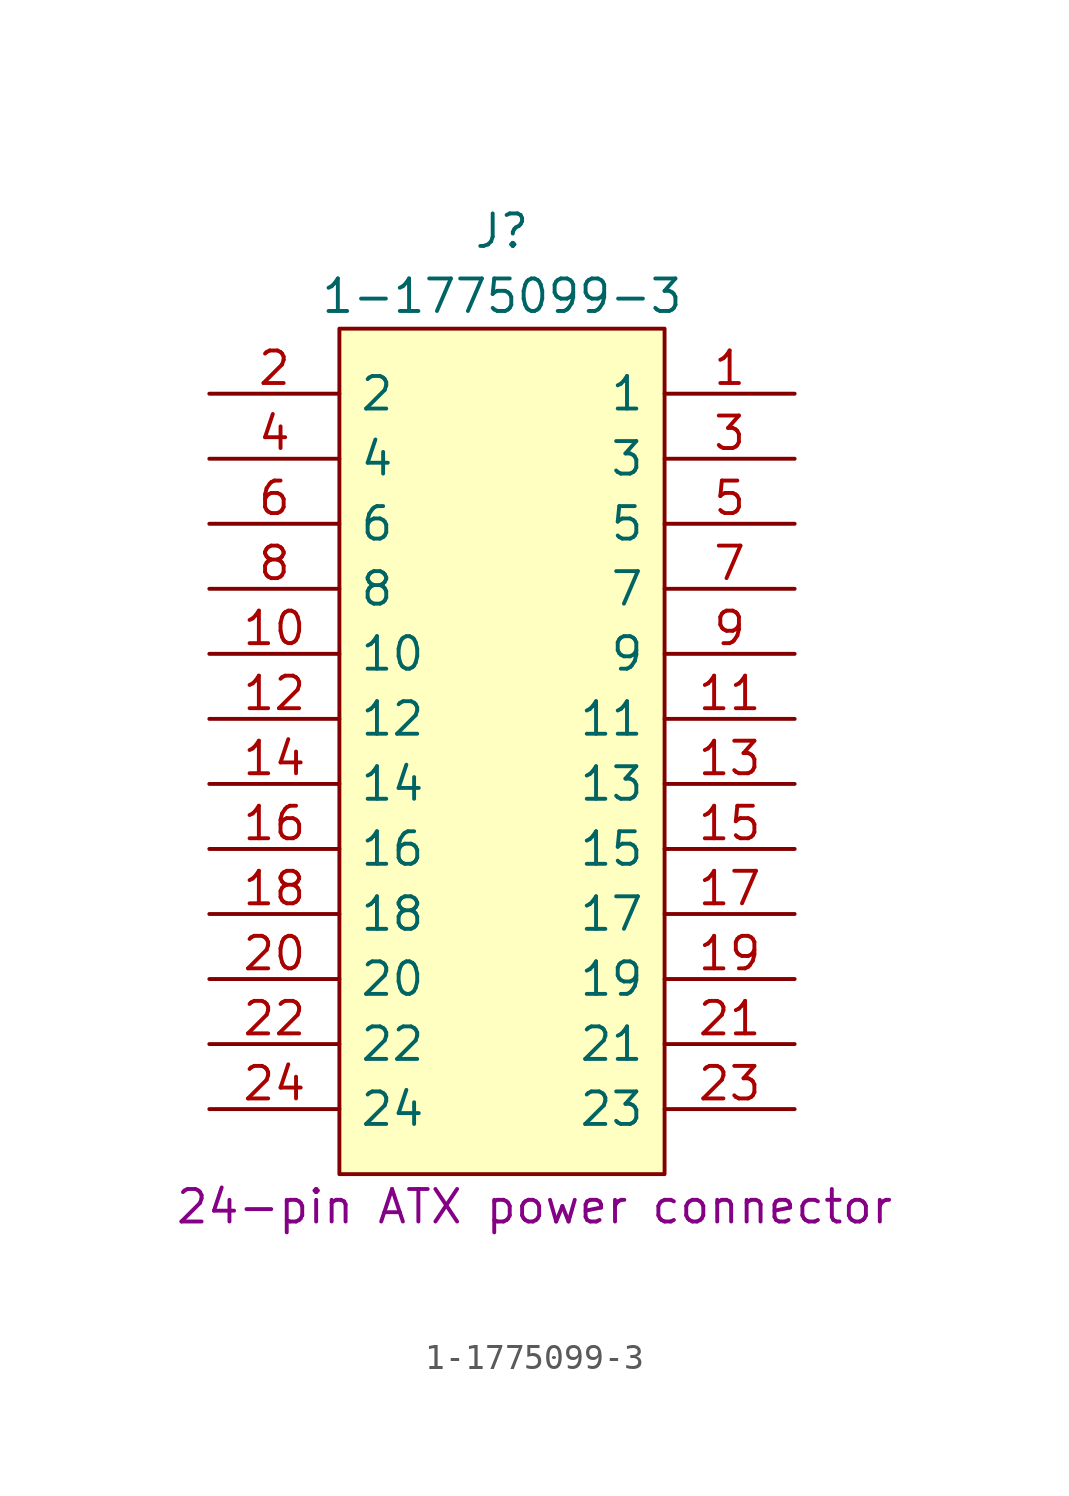
<source format=kicad_sym>
(kicad_symbol_lib
  (version 20220914)
  (generator kicad_symbol_editor)
  (symbol "1-1775099-3"
    (pin_names
      (offset 0.762))
    (property "Reference" "J"
      (at 11.43 6.35 0)
      (effects (font (size 1.27 1.27))))
    (property "Value" "1-1775099-3"
      (at 11.43 3.81 0)
      (effects (font (size 1.27 1.27))))
    (property "Description" "24-pin ATX power connector"
      (at 12.7 -31.75 0)
      (effects (font (size 1.27 1.27))))
    (symbol "1-1775099-3_0_0"
      (pin passive line (at 22.86 0 180) (length 5.08) (name "1" (effects (font (size 1.27 1.27)))) (number "1" (effects (font (size 1.27 1.27)))))
      (pin passive line (at 0 -10.16 0) (length 5.08) (name "10" (effects (font (size 1.27 1.27)))) (number "10" (effects (font (size 1.27 1.27)))))
      (pin passive line (at 22.86 -12.7 180) (length 5.08) (name "11" (effects (font (size 1.27 1.27)))) (number "11" (effects (font (size 1.27 1.27)))))
      (pin passive line (at 0 -12.7 0) (length 5.08) (name "12" (effects (font (size 1.27 1.27)))) (number "12" (effects (font (size 1.27 1.27)))))
      (pin passive line (at 22.86 -15.24 180) (length 5.08) (name "13" (effects (font (size 1.27 1.27)))) (number "13" (effects (font (size 1.27 1.27)))))
      (pin passive line (at 0 -15.24 0) (length 5.08) (name "14" (effects (font (size 1.27 1.27)))) (number "14" (effects (font (size 1.27 1.27)))))
      (pin passive line (at 22.86 -17.78 180) (length 5.08) (name "15" (effects (font (size 1.27 1.27)))) (number "15" (effects (font (size 1.27 1.27)))))
      (pin passive line (at 0 -17.78 0) (length 5.08) (name "16" (effects (font (size 1.27 1.27)))) (number "16" (effects (font (size 1.27 1.27)))))
      (pin passive line (at 22.86 -20.32 180) (length 5.08) (name "17" (effects (font (size 1.27 1.27)))) (number "17" (effects (font (size 1.27 1.27)))))
      (pin passive line (at 0 -20.32 0) (length 5.08) (name "18" (effects (font (size 1.27 1.27)))) (number "18" (effects (font (size 1.27 1.27)))))
      (pin passive line (at 22.86 -22.86 180) (length 5.08) (name "19" (effects (font (size 1.27 1.27)))) (number "19" (effects (font (size 1.27 1.27)))))
      (pin passive line (at 0 0 0) (length 5.08) (name "2" (effects (font (size 1.27 1.27)))) (number "2" (effects (font (size 1.27 1.27)))))
      (pin passive line (at 0 -22.86 0) (length 5.08) (name "20" (effects (font (size 1.27 1.27)))) (number "20" (effects (font (size 1.27 1.27)))))
      (pin passive line (at 22.86 -25.4 180) (length 5.08) (name "21" (effects (font (size 1.27 1.27)))) (number "21" (effects (font (size 1.27 1.27)))))
      (pin passive line (at 0 -25.4 0) (length 5.08) (name "22" (effects (font (size 1.27 1.27)))) (number "22" (effects (font (size 1.27 1.27)))))
      (pin passive line (at 22.86 -27.94 180) (length 5.08) (name "23" (effects (font (size 1.27 1.27)))) (number "23" (effects (font (size 1.27 1.27)))))
      (pin passive line (at 0 -27.94 0) (length 5.08) (name "24" (effects (font (size 1.27 1.27)))) (number "24" (effects (font (size 1.27 1.27)))))
      (pin passive line (at 22.86 -2.54 180) (length 5.08) (name "3" (effects (font (size 1.27 1.27)))) (number "3" (effects (font (size 1.27 1.27)))))
      (pin passive line (at 0 -2.54 0) (length 5.08) (name "4" (effects (font (size 1.27 1.27)))) (number "4" (effects (font (size 1.27 1.27)))))
      (pin passive line (at 22.86 -5.08 180) (length 5.08) (name "5" (effects (font (size 1.27 1.27)))) (number "5" (effects (font (size 1.27 1.27)))))
      (pin passive line (at 0 -5.08 0) (length 5.08) (name "6" (effects (font (size 1.27 1.27)))) (number "6" (effects (font (size 1.27 1.27)))))
      (pin passive line (at 22.86 -7.62 180) (length 5.08) (name "7" (effects (font (size 1.27 1.27)))) (number "7" (effects (font (size 1.27 1.27)))))
      (pin passive line (at 0 -7.62 0) (length 5.08) (name "8" (effects (font (size 1.27 1.27)))) (number "8" (effects (font (size 1.27 1.27)))))
      (pin passive line (at 22.86 -10.16 180) (length 5.08) (name "9" (effects (font (size 1.27 1.27)))) (number "9" (effects (font (size 1.27 1.27))))))
    (symbol "1-1775099-3_0_1"
      (polyline (pts (xy 5.08 2.54) (xy 17.78 2.54) (xy 17.78 -30.48) (xy 5.08 -30.48) (xy 5.08 2.54)) (stroke (width 0.152) (type default)) (fill (type background))))))
</source>
